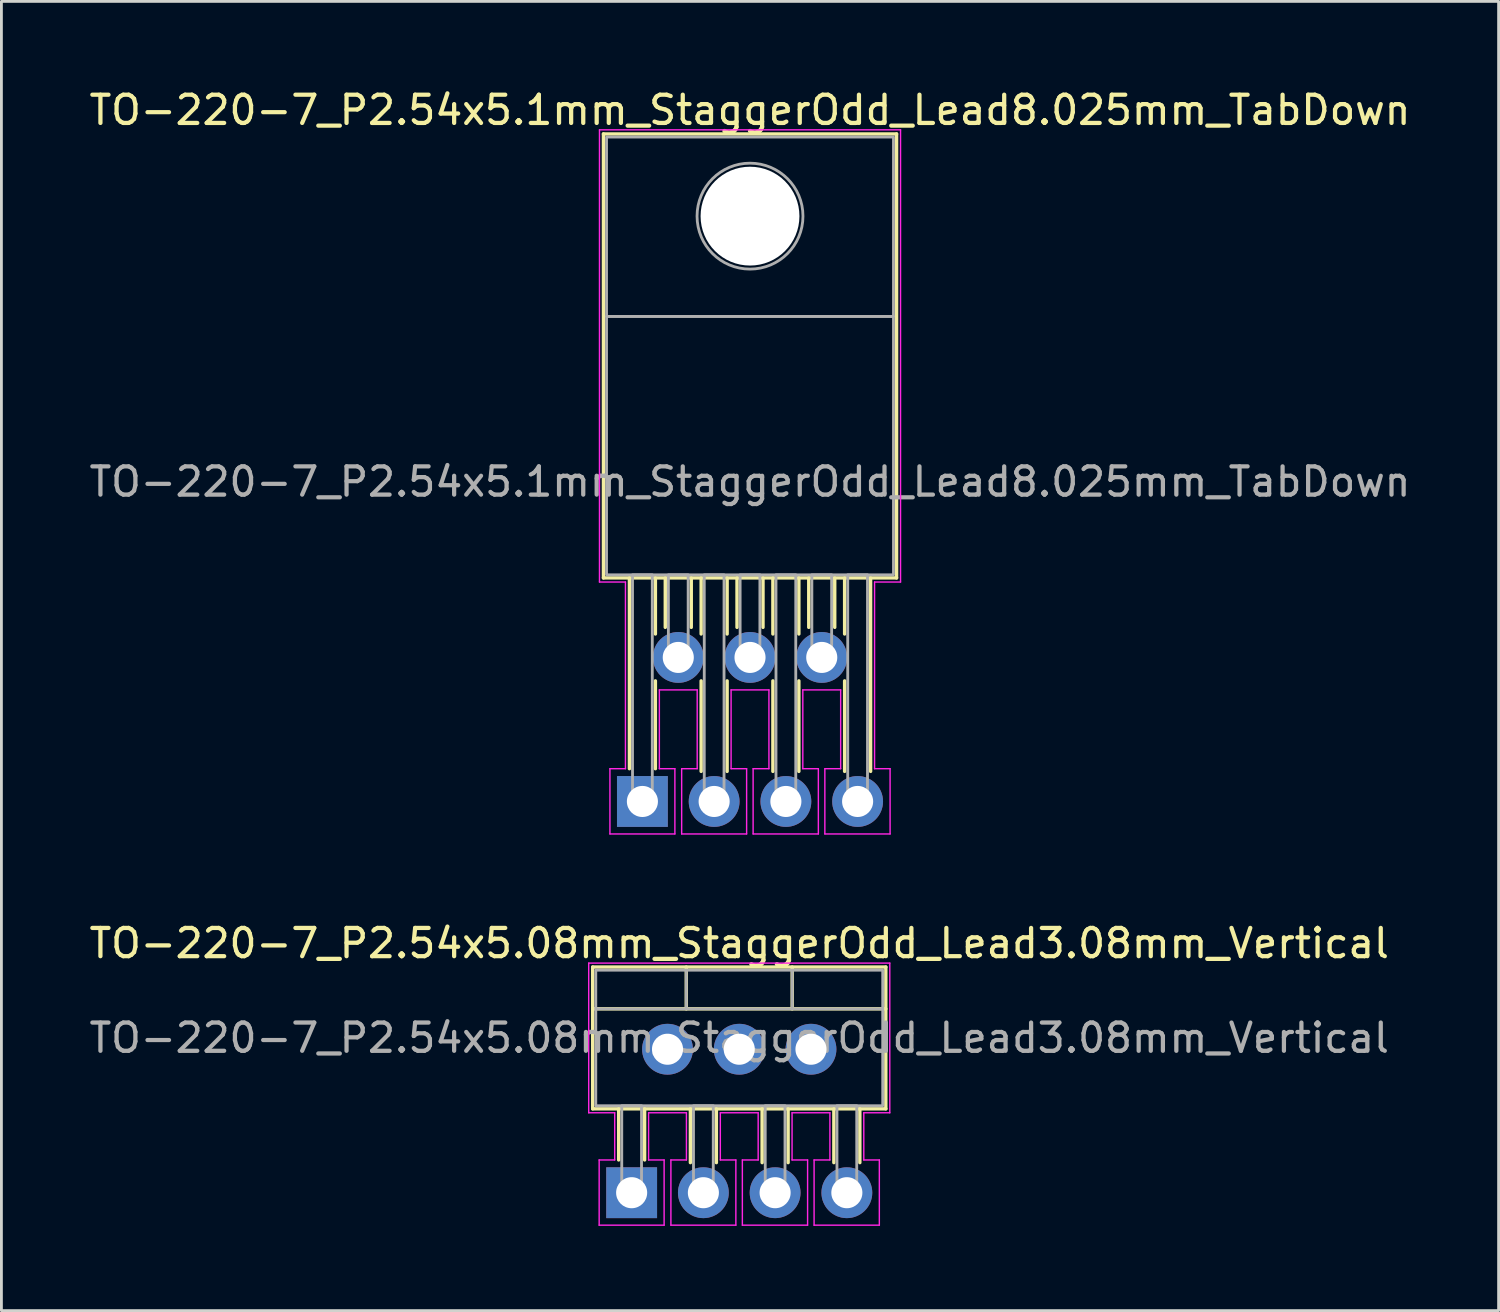
<source format=kicad_pcb>
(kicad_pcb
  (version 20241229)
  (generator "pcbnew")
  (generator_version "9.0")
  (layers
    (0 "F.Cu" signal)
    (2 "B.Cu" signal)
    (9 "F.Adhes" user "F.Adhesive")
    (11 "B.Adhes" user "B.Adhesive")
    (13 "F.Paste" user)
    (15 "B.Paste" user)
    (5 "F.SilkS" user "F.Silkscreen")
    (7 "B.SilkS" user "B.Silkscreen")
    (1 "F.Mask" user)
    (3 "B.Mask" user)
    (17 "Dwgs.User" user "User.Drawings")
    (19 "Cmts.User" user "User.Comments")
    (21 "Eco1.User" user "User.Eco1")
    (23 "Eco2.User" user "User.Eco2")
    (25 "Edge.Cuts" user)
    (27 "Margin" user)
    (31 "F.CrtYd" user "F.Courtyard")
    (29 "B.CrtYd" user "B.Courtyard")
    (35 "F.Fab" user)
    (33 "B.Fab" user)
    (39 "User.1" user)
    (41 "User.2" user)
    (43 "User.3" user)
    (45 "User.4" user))
  (footprint "TO-220-7_P2.54x5.1mm_StaggerOdd_Lead8.025mm_TabDown"
    (layer "F.Cu")
    (at 19.696 25.328)
    (property "Reference" "TO-220-7_P2.54x5.1mm_StaggerOdd_Lead8.025mm_TabDown" (at 3.81 -24.48 0) (layer "F.SilkS") (effects (font (size 1 1) (thickness 0.15))))
    (attr through_hole)
    (fp_line (start -1.38 -23.635) (end 9 -23.635) (stroke (width 0.12) (type solid)) (layer "F.SilkS"))
    (fp_line (start -1.38 -7.915) (end -1.38 -23.635) (stroke (width 0.12) (type solid)) (layer "F.SilkS"))
    (fp_line (start -1.38 -7.915) (end 9 -7.915) (stroke (width 0.12) (type solid)) (layer "F.SilkS"))
    (fp_line (start -0.46 -7.915) (end -0.46 -1.16) (stroke (width 0.12) (type solid)) (layer "F.SilkS"))
    (fp_line (start 0.46 -7.915) (end 0.46 -5.93) (stroke (width 0.12) (type solid)) (layer "F.SilkS"))
    (fp_line (start 0.46 -4.27) (end 0.46 -1.16) (stroke (width 0.12) (type solid)) (layer "F.SilkS"))
    (fp_line (start 0.81 -7.915) (end 0.81 -6.165) (stroke (width 0.12) (type solid)) (layer "F.SilkS"))
    (fp_line (start 1.73 -7.915) (end 1.73 -6.165) (stroke (width 0.12) (type solid)) (layer "F.SilkS"))
    (fp_line (start 2.08 -7.915) (end 2.08 -5.93) (stroke (width 0.12) (type solid)) (layer "F.SilkS"))
    (fp_line (start 2.08 -4.27) (end 2.08 -1.065) (stroke (width 0.12) (type solid)) (layer "F.SilkS"))
    (fp_line (start 3 -7.915) (end 3 -5.93) (stroke (width 0.12) (type solid)) (layer "F.SilkS"))
    (fp_line (start 3 -4.27) (end 3 -1.065) (stroke (width 0.12) (type solid)) (layer "F.SilkS"))
    (fp_line (start 3.35 -7.915) (end 3.35 -6.165) (stroke (width 0.12) (type solid)) (layer "F.SilkS"))
    (fp_line (start 4.27 -7.915) (end 4.27 -6.165) (stroke (width 0.12) (type solid)) (layer "F.SilkS"))
    (fp_line (start 4.62 -7.915) (end 4.62 -5.93) (stroke (width 0.12) (type solid)) (layer "F.SilkS"))
    (fp_line (start 4.62 -4.27) (end 4.62 -1.065) (stroke (width 0.12) (type solid)) (layer "F.SilkS"))
    (fp_line (start 5.54 -7.915) (end 5.54 -5.93) (stroke (width 0.12) (type solid)) (layer "F.SilkS"))
    (fp_line (start 5.54 -4.27) (end 5.54 -1.065) (stroke (width 0.12) (type solid)) (layer "F.SilkS"))
    (fp_line (start 5.89 -7.915) (end 5.89 -6.165) (stroke (width 0.12) (type solid)) (layer "F.SilkS"))
    (fp_line (start 6.81 -7.915) (end 6.81 -6.165) (stroke (width 0.12) (type solid)) (layer "F.SilkS"))
    (fp_line (start 7.16 -7.915) (end 7.16 -5.93) (stroke (width 0.12) (type solid)) (layer "F.SilkS"))
    (fp_line (start 7.16 -4.27) (end 7.16 -1.065) (stroke (width 0.12) (type solid)) (layer "F.SilkS"))
    (fp_line (start 8.08 -7.915) (end 8.08 -1.065) (stroke (width 0.12) (type solid)) (layer "F.SilkS"))
    (fp_line (start 9 -7.915) (end 9 -23.635) (stroke (width 0.12) (type solid)) (layer "F.SilkS"))
    (fp_line (start -1.52 -23.78) (end 9.14 -23.78) (stroke (width 0.05) (type solid)) (layer "F.CrtYd"))
    (fp_line (start -1.52 -7.77) (end -1.52 -23.78) (stroke (width 0.05) (type solid)) (layer "F.CrtYd"))
    (fp_line (start -1.15 -1.16) (end -0.6 -1.16) (stroke (width 0.05) (type solid)) (layer "F.CrtYd"))
    (fp_line (start -1.15 1.15) (end -1.15 -1.16) (stroke (width 0.05) (type solid)) (layer "F.CrtYd"))
    (fp_line (start -0.6 -7.77) (end -1.52 -7.77) (stroke (width 0.05) (type solid)) (layer "F.CrtYd"))
    (fp_line (start -0.6 -1.16) (end -0.6 -7.77) (stroke (width 0.05) (type solid)) (layer "F.CrtYd"))
    (fp_line (start 0.6 -3.95) (end 0.6 -1.16) (stroke (width 0.05) (type solid)) (layer "F.CrtYd"))
    (fp_line (start 0.6 -1.16) (end 1.15 -1.16) (stroke (width 0.05) (type solid)) (layer "F.CrtYd"))
    (fp_line (start 1.15 -1.16) (end 1.15 1.15) (stroke (width 0.05) (type solid)) (layer "F.CrtYd"))
    (fp_line (start 1.15 1.15) (end -1.15 1.15) (stroke (width 0.05) (type solid)) (layer "F.CrtYd"))
    (fp_line (start 1.39 -1.16) (end 1.94 -1.16) (stroke (width 0.05) (type solid)) (layer "F.CrtYd"))
    (fp_line (start 1.39 1.15) (end 1.39 -1.16) (stroke (width 0.05) (type solid)) (layer "F.CrtYd"))
    (fp_line (start 1.94 -3.95) (end 0.6 -3.95) (stroke (width 0.05) (type solid)) (layer "F.CrtYd"))
    (fp_line (start 1.94 -1.16) (end 1.94 -3.95) (stroke (width 0.05) (type solid)) (layer "F.CrtYd"))
    (fp_line (start 3.14 -3.95) (end 3.14 -1.16) (stroke (width 0.05) (type solid)) (layer "F.CrtYd"))
    (fp_line (start 3.14 -1.16) (end 3.69 -1.16) (stroke (width 0.05) (type solid)) (layer "F.CrtYd"))
    (fp_line (start 3.69 -1.16) (end 3.69 1.15) (stroke (width 0.05) (type solid)) (layer "F.CrtYd"))
    (fp_line (start 3.69 1.15) (end 1.39 1.15) (stroke (width 0.05) (type solid)) (layer "F.CrtYd"))
    (fp_line (start 3.92 -1.16) (end 4.48 -1.16) (stroke (width 0.05) (type solid)) (layer "F.CrtYd"))
    (fp_line (start 3.92 1.15) (end 3.92 -1.16) (stroke (width 0.05) (type solid)) (layer "F.CrtYd"))
    (fp_line (start 4.48 -3.95) (end 3.14 -3.95) (stroke (width 0.05) (type solid)) (layer "F.CrtYd"))
    (fp_line (start 4.48 -1.16) (end 4.48 -3.95) (stroke (width 0.05) (type solid)) (layer "F.CrtYd"))
    (fp_line (start 5.68 -3.95) (end 5.68 -1.16) (stroke (width 0.05) (type solid)) (layer "F.CrtYd"))
    (fp_line (start 5.68 -1.16) (end 6.23 -1.16) (stroke (width 0.05) (type solid)) (layer "F.CrtYd"))
    (fp_line (start 6.23 -1.16) (end 6.23 1.15) (stroke (width 0.05) (type solid)) (layer "F.CrtYd"))
    (fp_line (start 6.23 1.15) (end 3.92 1.15) (stroke (width 0.05) (type solid)) (layer "F.CrtYd"))
    (fp_line (start 6.46 -1.16) (end 7.02 -1.16) (stroke (width 0.05) (type solid)) (layer "F.CrtYd"))
    (fp_line (start 6.46 1.15) (end 6.46 -1.16) (stroke (width 0.05) (type solid)) (layer "F.CrtYd"))
    (fp_line (start 7.02 -3.95) (end 5.68 -3.95) (stroke (width 0.05) (type solid)) (layer "F.CrtYd"))
    (fp_line (start 7.02 -1.16) (end 7.02 -3.95) (stroke (width 0.05) (type solid)) (layer "F.CrtYd"))
    (fp_line (start 8.22 -7.77) (end 8.22 -1.16) (stroke (width 0.05) (type solid)) (layer "F.CrtYd"))
    (fp_line (start 8.22 -1.16) (end 8.77 -1.16) (stroke (width 0.05) (type solid)) (layer "F.CrtYd"))
    (fp_line (start 8.77 -1.16) (end 8.77 1.15) (stroke (width 0.05) (type solid)) (layer "F.CrtYd"))
    (fp_line (start 8.77 1.15) (end 6.46 1.15) (stroke (width 0.05) (type solid)) (layer "F.CrtYd"))
    (fp_line (start 9.14 -23.78) (end 9.14 -7.77) (stroke (width 0.05) (type solid)) (layer "F.CrtYd"))
    (fp_line (start 9.14 -7.77) (end 8.22 -7.77) (stroke (width 0.05) (type solid)) (layer "F.CrtYd"))
    (fp_rect (start -1.27 -23.525) (end 8.89 -17.175) (stroke (width 0.1) (type solid)) (fill no) (layer "F.Fab"))
    (fp_rect (start -1.27 -8.025) (end 8.89 -17.175) (stroke (width 0.1) (type solid)) (fill no) (layer "F.Fab"))
    (fp_rect (start -0.35 -8.025) (end 0.35 0) (stroke (width 0.1) (type solid)) (fill no) (layer "F.Fab"))
    (fp_rect (start 0.92 -8.025) (end 1.62 -5.1) (stroke (width 0.1) (type solid)) (fill no) (layer "F.Fab"))
    (fp_rect (start 2.19 -8.025) (end 2.89 0) (stroke (width 0.1) (type solid)) (fill no) (layer "F.Fab"))
    (fp_rect (start 3.46 -8.025) (end 4.16 -5.1) (stroke (width 0.1) (type solid)) (fill no) (layer "F.Fab"))
    (fp_rect (start 4.73 -8.025) (end 5.43 0) (stroke (width 0.1) (type solid)) (fill no) (layer "F.Fab"))
    (fp_rect (start 6 -8.025) (end 6.7 -5.1) (stroke (width 0.1) (type solid)) (fill no) (layer "F.Fab"))
    (fp_rect (start 7.27 -8.025) (end 7.97 0) (stroke (width 0.1) (type solid)) (fill no) (layer "F.Fab"))
    (fp_circle (center 3.81 -20.725) (end 5.685 -20.725) (stroke (width 0.1) (type solid)) (fill no) (layer "F.Fab"))
    (fp_text user "${REFERENCE}" (at 3.81 -11.32 0) (layer "F.Fab") (effects (font (size 1 1) (thickness 0.15))))
    (pad "" np_thru_hole circle (at 3.81 -20.725) (size 3.5 3.5) (drill 3.5) (layers "*.Cu" "*.Mask"))
    (pad "1" thru_hole rect (at 0 0) (size 1.8 1.8) (drill 1.1) (layers "*.Cu" "*.Mask"))
    (pad "2" thru_hole circle (at 1.27 -5.1) (size 1.8 1.8) (drill 1.1) (layers "*.Cu" "*.Mask"))
    (pad "3" thru_hole circle (at 2.54 0) (size 1.8 1.8) (drill 1.1) (layers "*.Cu" "*.Mask"))
    (pad "4" thru_hole circle (at 3.81 -5.1) (size 1.8 1.8) (drill 1.1) (layers "*.Cu" "*.Mask"))
    (pad "5" thru_hole circle (at 5.08 0) (size 1.8 1.8) (drill 1.1) (layers "*.Cu" "*.Mask"))
    (pad "6" thru_hole circle (at 6.35 -5.1) (size 1.8 1.8) (drill 1.1) (layers "*.Cu" "*.Mask"))
    (pad "7" thru_hole circle (at 7.62 0) (size 1.8 1.8) (drill 1.1) (layers "*.Cu" "*.Mask")))
  (footprint "TO-220-7_P2.54x5.08mm_StaggerOdd_Lead3.08mm_Vertical"
    (layer "F.Cu")
    (at 19.315 39.181)
    (property "Reference" "TO-220-7_P2.54x5.08mm_StaggerOdd_Lead3.08mm_Vertical" (at 3.81 -8.83 0) (layer "F.SilkS") (effects (font (size 1 1) (thickness 0.15))))
    (attr through_hole)
    (fp_line (start -1.38 -7.99) (end -1.38 -2.97) (stroke (width 0.12) (type solid)) (layer "F.SilkS"))
    (fp_line (start -1.38 -7.99) (end 9 -7.99) (stroke (width 0.12) (type solid)) (layer "F.SilkS"))
    (fp_line (start -1.38 -6.51) (end 9 -6.51) (stroke (width 0.12) (type solid)) (layer "F.SilkS"))
    (fp_line (start -1.38 -2.97) (end 9 -2.97) (stroke (width 0.12) (type solid)) (layer "F.SilkS"))
    (fp_line (start -0.46 -2.97) (end -0.46 -1.16) (stroke (width 0.12) (type solid)) (layer "F.SilkS"))
    (fp_line (start 0.46 -2.97) (end 0.46 -1.16) (stroke (width 0.12) (type solid)) (layer "F.SilkS"))
    (fp_line (start 1.935 -7.99) (end 1.935 -6.51) (stroke (width 0.12) (type solid)) (layer "F.SilkS"))
    (fp_line (start 2.08 -2.97) (end 2.08 -1.065) (stroke (width 0.12) (type solid)) (layer "F.SilkS"))
    (fp_line (start 3 -2.97) (end 3 -1.065) (stroke (width 0.12) (type solid)) (layer "F.SilkS"))
    (fp_line (start 4.62 -2.97) (end 4.62 -1.065) (stroke (width 0.12) (type solid)) (layer "F.SilkS"))
    (fp_line (start 5.54 -2.97) (end 5.54 -1.065) (stroke (width 0.12) (type solid)) (layer "F.SilkS"))
    (fp_line (start 5.685 -7.99) (end 5.685 -6.51) (stroke (width 0.12) (type solid)) (layer "F.SilkS"))
    (fp_line (start 7.16 -2.97) (end 7.16 -1.065) (stroke (width 0.12) (type solid)) (layer "F.SilkS"))
    (fp_line (start 8.08 -2.97) (end 8.08 -1.065) (stroke (width 0.12) (type solid)) (layer "F.SilkS"))
    (fp_line (start 9 -7.99) (end 9 -2.97) (stroke (width 0.12) (type solid)) (layer "F.SilkS"))
    (fp_line (start -1.52 -8.13) (end 9.14 -8.13) (stroke (width 0.05) (type solid)) (layer "F.CrtYd"))
    (fp_line (start -1.52 -2.83) (end -1.52 -8.13) (stroke (width 0.05) (type solid)) (layer "F.CrtYd"))
    (fp_line (start -1.15 -1.16) (end -0.6 -1.16) (stroke (width 0.05) (type solid)) (layer "F.CrtYd"))
    (fp_line (start -1.15 1.15) (end -1.15 -1.16) (stroke (width 0.05) (type solid)) (layer "F.CrtYd"))
    (fp_line (start -0.6 -2.83) (end -1.52 -2.83) (stroke (width 0.05) (type solid)) (layer "F.CrtYd"))
    (fp_line (start -0.6 -1.16) (end -0.6 -2.83) (stroke (width 0.05) (type solid)) (layer "F.CrtYd"))
    (fp_line (start 0.6 -2.83) (end 0.6 -1.16) (stroke (width 0.05) (type solid)) (layer "F.CrtYd"))
    (fp_line (start 0.6 -1.16) (end 1.15 -1.16) (stroke (width 0.05) (type solid)) (layer "F.CrtYd"))
    (fp_line (start 1.15 -1.16) (end 1.15 1.15) (stroke (width 0.05) (type solid)) (layer "F.CrtYd"))
    (fp_line (start 1.15 1.15) (end -1.15 1.15) (stroke (width 0.05) (type solid)) (layer "F.CrtYd"))
    (fp_line (start 1.39 -1.16) (end 1.94 -1.16) (stroke (width 0.05) (type solid)) (layer "F.CrtYd"))
    (fp_line (start 1.39 1.15) (end 1.39 -1.16) (stroke (width 0.05) (type solid)) (layer "F.CrtYd"))
    (fp_line (start 1.94 -2.83) (end 0.6 -2.83) (stroke (width 0.05) (type solid)) (layer "F.CrtYd"))
    (fp_line (start 1.94 -1.16) (end 1.94 -2.83) (stroke (width 0.05) (type solid)) (layer "F.CrtYd"))
    (fp_line (start 3.14 -2.83) (end 3.14 -1.16) (stroke (width 0.05) (type solid)) (layer "F.CrtYd"))
    (fp_line (start 3.14 -1.16) (end 3.69 -1.16) (stroke (width 0.05) (type solid)) (layer "F.CrtYd"))
    (fp_line (start 3.69 -1.16) (end 3.69 1.15) (stroke (width 0.05) (type solid)) (layer "F.CrtYd"))
    (fp_line (start 3.69 1.15) (end 1.39 1.15) (stroke (width 0.05) (type solid)) (layer "F.CrtYd"))
    (fp_line (start 3.92 -1.16) (end 4.48 -1.16) (stroke (width 0.05) (type solid)) (layer "F.CrtYd"))
    (fp_line (start 3.92 1.15) (end 3.92 -1.16) (stroke (width 0.05) (type solid)) (layer "F.CrtYd"))
    (fp_line (start 4.48 -2.83) (end 3.14 -2.83) (stroke (width 0.05) (type solid)) (layer "F.CrtYd"))
    (fp_line (start 4.48 -1.16) (end 4.48 -2.83) (stroke (width 0.05) (type solid)) (layer "F.CrtYd"))
    (fp_line (start 5.68 -2.83) (end 5.68 -1.16) (stroke (width 0.05) (type solid)) (layer "F.CrtYd"))
    (fp_line (start 5.68 -1.16) (end 6.23 -1.16) (stroke (width 0.05) (type solid)) (layer "F.CrtYd"))
    (fp_line (start 6.23 -1.16) (end 6.23 1.15) (stroke (width 0.05) (type solid)) (layer "F.CrtYd"))
    (fp_line (start 6.23 1.15) (end 3.92 1.15) (stroke (width 0.05) (type solid)) (layer "F.CrtYd"))
    (fp_line (start 6.46 -1.16) (end 7.02 -1.16) (stroke (width 0.05) (type solid)) (layer "F.CrtYd"))
    (fp_line (start 6.46 1.15) (end 6.46 -1.16) (stroke (width 0.05) (type solid)) (layer "F.CrtYd"))
    (fp_line (start 7.02 -2.83) (end 5.68 -2.83) (stroke (width 0.05) (type solid)) (layer "F.CrtYd"))
    (fp_line (start 7.02 -1.16) (end 7.02 -2.83) (stroke (width 0.05) (type solid)) (layer "F.CrtYd"))
    (fp_line (start 8.22 -2.83) (end 8.22 -1.16) (stroke (width 0.05) (type solid)) (layer "F.CrtYd"))
    (fp_line (start 8.22 -1.16) (end 8.77 -1.16) (stroke (width 0.05) (type solid)) (layer "F.CrtYd"))
    (fp_line (start 8.77 -1.16) (end 8.77 1.15) (stroke (width 0.05) (type solid)) (layer "F.CrtYd"))
    (fp_line (start 8.77 1.15) (end 6.46 1.15) (stroke (width 0.05) (type solid)) (layer "F.CrtYd"))
    (fp_line (start 9.14 -8.13) (end 9.14 -2.83) (stroke (width 0.05) (type solid)) (layer "F.CrtYd"))
    (fp_line (start 9.14 -2.83) (end 8.22 -2.83) (stroke (width 0.05) (type solid)) (layer "F.CrtYd"))
    (fp_line (start -1.27 -6.51) (end 8.89 -6.51) (stroke (width 0.1) (type solid)) (layer "F.Fab"))
    (fp_line (start 1.935 -7.88) (end 1.935 -6.51) (stroke (width 0.1) (type solid)) (layer "F.Fab"))
    (fp_line (start 5.685 -7.88) (end 5.685 -6.51) (stroke (width 0.1) (type solid)) (layer "F.Fab"))
    (fp_rect (start -1.27 -7.88) (end 8.89 -3.08) (stroke (width 0.1) (type solid)) (fill no) (layer "F.Fab"))
    (fp_rect (start -0.35 -3.08) (end 0.35 0) (stroke (width 0.1) (type solid)) (fill no) (layer "F.Fab"))
    (fp_rect (start 2.19 -3.08) (end 2.89 0) (stroke (width 0.1) (type solid)) (fill no) (layer "F.Fab"))
    (fp_rect (start 4.73 -3.08) (end 5.43 0) (stroke (width 0.1) (type solid)) (fill no) (layer "F.Fab"))
    (fp_rect (start 7.27 -3.08) (end 7.97 0) (stroke (width 0.1) (type solid)) (fill no) (layer "F.Fab"))
    (fp_text user "${REFERENCE}" (at 3.81 -5.48 0) (layer "F.Fab") (effects (font (size 1 1) (thickness 0.15))))
    (pad "1" thru_hole rect (at 0 0) (size 1.8 1.8) (drill 1.1) (layers "*.Cu" "*.Mask"))
    (pad "2" thru_hole circle (at 1.27 -5.08) (size 1.8 1.8) (drill 1.1) (layers "*.Cu" "*.Mask"))
    (pad "3" thru_hole circle (at 2.54 0) (size 1.8 1.8) (drill 1.1) (layers "*.Cu" "*.Mask"))
    (pad "4" thru_hole circle (at 3.81 -5.08) (size 1.8 1.8) (drill 1.1) (layers "*.Cu" "*.Mask"))
    (pad "5" thru_hole circle (at 5.08 0) (size 1.8 1.8) (drill 1.1) (layers "*.Cu" "*.Mask"))
    (pad "6" thru_hole circle (at 6.35 -5.08) (size 1.8 1.8) (drill 1.1) (layers "*.Cu" "*.Mask"))
    (pad "7" thru_hole circle (at 7.62 0) (size 1.8 1.8) (drill 1.1) (layers "*.Cu" "*.Mask")))
  (gr_rect
    (start -3 -3)
    (end 50.012 43.356)
    (stroke (width 0.1) (type default))
    (fill no)
    (layer "Edge.Cuts")))
</source>
